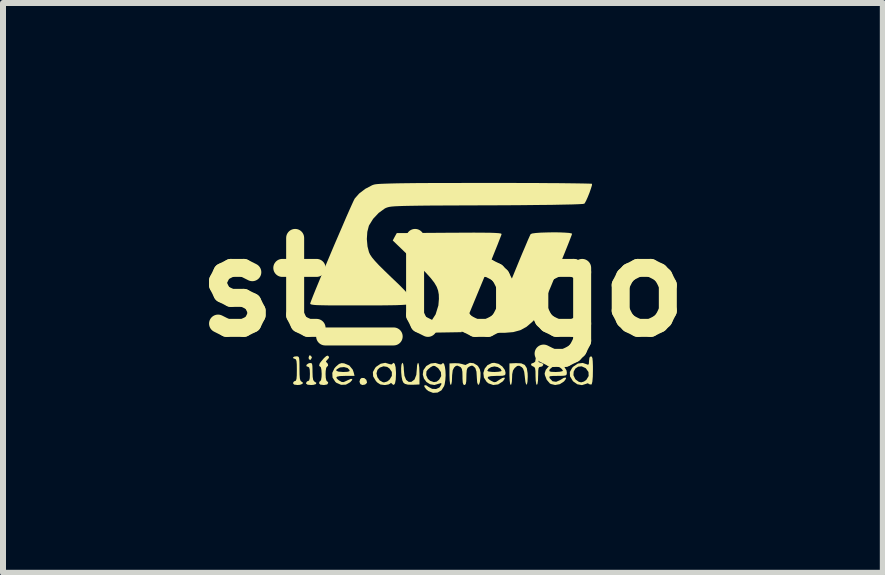
<source format=kicad_pcb>
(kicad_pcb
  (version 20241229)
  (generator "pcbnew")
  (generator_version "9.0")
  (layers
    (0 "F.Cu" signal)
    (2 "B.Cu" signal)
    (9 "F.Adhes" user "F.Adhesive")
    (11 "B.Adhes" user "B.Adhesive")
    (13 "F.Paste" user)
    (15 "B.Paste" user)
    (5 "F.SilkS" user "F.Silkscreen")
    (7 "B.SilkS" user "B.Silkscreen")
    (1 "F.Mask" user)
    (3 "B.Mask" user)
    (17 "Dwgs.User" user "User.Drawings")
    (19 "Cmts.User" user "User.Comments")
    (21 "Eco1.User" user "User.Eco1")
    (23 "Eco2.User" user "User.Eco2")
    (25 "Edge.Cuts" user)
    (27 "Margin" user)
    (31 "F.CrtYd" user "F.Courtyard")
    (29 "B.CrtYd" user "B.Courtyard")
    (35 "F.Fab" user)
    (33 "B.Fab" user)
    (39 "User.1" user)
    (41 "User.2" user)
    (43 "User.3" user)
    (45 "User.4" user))
  (footprint "st_logo"
    (layer "F.Cu")
    (at 4.336 1.739)
    (property "Reference" "st_logo" (at 0 0 0) (layer "F.SilkS") (effects (font (size 1.5 1.5) (thickness 0.3))))
    (attr board_only exclude_from_pos_files exclude_from_bom)
    (fp_poly (pts (xy -2.187 1.163) (xy -2.186 1.174) (xy -2.203 1.207) (xy -2.213 1.212) (xy -2.235 1.202) (xy -2.24 1.174) (xy -2.23 1.14) (xy -2.213 1.136)) (stroke (width 0) (type solid)) (fill yes) (layer "F.SilkS"))
    (fp_poly (pts (xy -1.312 1.515) (xy -1.277 1.545) (xy -1.266 1.586) (xy -1.269 1.597) (xy -1.298 1.624) (xy -1.344 1.631) (xy -1.377 1.616) (xy -1.392 1.576) (xy -1.379 1.532) (xy -1.355 1.513)) (stroke (width 0) (type solid)) (fill yes) (layer "F.SilkS"))
    (fp_poly (pts (xy -2.183 1.277) (xy -2.177 1.313) (xy -2.175 1.38) (xy -2.175 1.41) (xy -2.172 1.496) (xy -2.163 1.547) (xy -2.147 1.571) (xy -2.142 1.574) (xy -2.111 1.595) (xy -2.117 1.615) (xy -2.157 1.628) (xy -2.196 1.631) (xy -2.257 1.626) (xy -2.282 1.608) (xy -2.283 1.598) (xy -2.266 1.57) (xy -2.251 1.566) (xy -2.231 1.555) (xy -2.221 1.517) (xy -2.218 1.446) (xy -2.221 1.375) (xy -2.231 1.338) (xy -2.25 1.327) (xy -2.253 1.327) (xy -2.278 1.316) (xy -2.274 1.294) (xy -2.247 1.273) (xy -2.222 1.265) (xy -2.197 1.265)) (stroke (width 0) (type solid)) (fill yes) (layer "F.SilkS"))
    (fp_poly (pts (xy -0.403 1.282) (xy -0.395 1.338) (xy -0.392 1.421) (xy -0.391 1.441) (xy -0.391 1.622) (xy -0.508 1.627) (xy -0.585 1.625) (xy -0.634 1.612) (xy -0.66 1.591) (xy -0.677 1.554) (xy -0.689 1.493) (xy -0.696 1.421) (xy -0.697 1.351) (xy -0.692 1.294) (xy -0.68 1.263) (xy -0.674 1.261) (xy -0.662 1.281) (xy -0.654 1.332) (xy -0.652 1.378) (xy -0.642 1.477) (xy -0.614 1.545) (xy -0.571 1.579) (xy -0.525 1.578) (xy -0.474 1.539) (xy -0.444 1.462) (xy -0.435 1.358) (xy -0.431 1.3) (xy -0.419 1.265) (xy -0.413 1.261)) (stroke (width 0) (type solid)) (fill yes) (layer "F.SilkS"))
    (fp_poly (pts (xy 1.306 1.27) (xy 1.364 1.296) (xy 1.398 1.349) (xy 1.412 1.434) (xy 1.414 1.49) (xy 1.41 1.576) (xy 1.401 1.62) (xy 1.388 1.623) (xy 1.376 1.584) (xy 1.366 1.502) (xy 1.366 1.498) (xy 1.355 1.41) (xy 1.336 1.357) (xy 1.315 1.334) (xy 1.271 1.309) (xy 1.236 1.314) (xy 1.196 1.348) (xy 1.168 1.39) (xy 1.155 1.451) (xy 1.153 1.511) (xy 1.149 1.577) (xy 1.14 1.62) (xy 1.131 1.631) (xy 1.12 1.611) (xy 1.113 1.555) (xy 1.109 1.471) (xy 1.109 1.451) (xy 1.109 1.271) (xy 1.218 1.266)) (stroke (width 0) (type solid)) (fill yes) (layer "F.SilkS"))
    (fp_poly (pts (xy -2.421 1.154) (xy -2.405 1.164) (xy -2.397 1.19) (xy -2.393 1.241) (xy -2.392 1.326) (xy -2.392 1.357) (xy -2.391 1.456) (xy -2.386 1.52) (xy -2.376 1.557) (xy -2.361 1.573) (xy -2.358 1.574) (xy -2.333 1.594) (xy -2.345 1.613) (xy -2.385 1.628) (xy -2.426 1.631) (xy -2.482 1.624) (xy -2.501 1.6) (xy -2.501 1.598) (xy -2.483 1.57) (xy -2.468 1.566) (xy -2.452 1.558) (xy -2.442 1.529) (xy -2.437 1.472) (xy -2.436 1.381) (xy -2.437 1.288) (xy -2.442 1.232) (xy -2.452 1.204) (xy -2.468 1.196) (xy -2.497 1.184) (xy -2.501 1.174) (xy -2.482 1.158) (xy -2.446 1.153)) (stroke (width 0) (type solid)) (fill yes) (layer "F.SilkS"))
    (fp_poly (pts (xy 1.582 1.171) (xy 1.587 1.207) (xy 1.598 1.25) (xy 1.631 1.261) (xy 1.666 1.275) (xy 1.674 1.294) (xy 1.656 1.32) (xy 1.631 1.327) (xy 1.608 1.331) (xy 1.595 1.349) (xy 1.589 1.391) (xy 1.588 1.467) (xy 1.587 1.479) (xy 1.585 1.557) (xy 1.577 1.611) (xy 1.566 1.631) (xy 1.566 1.631) (xy 1.555 1.611) (xy 1.547 1.557) (xy 1.544 1.481) (xy 1.543 1.401) (xy 1.537 1.355) (xy 1.523 1.331) (xy 1.499 1.32) (xy 1.498 1.32) (xy 1.469 1.299) (xy 1.474 1.275) (xy 1.509 1.261) (xy 1.513 1.261) (xy 1.538 1.242) (xy 1.544 1.207) (xy 1.551 1.166) (xy 1.566 1.153)) (stroke (width 0) (type solid)) (fill yes) (layer "F.SilkS"))
    (fp_poly (pts (xy -1.907 1.15) (xy -1.899 1.177) (xy -1.926 1.208) (xy -1.952 1.237) (xy -1.941 1.254) (xy -1.919 1.278) (xy -1.915 1.309) (xy -1.933 1.326) (xy -1.935 1.327) (xy -1.947 1.346) (xy -1.955 1.397) (xy -1.957 1.446) (xy -1.954 1.512) (xy -1.944 1.555) (xy -1.935 1.566) (xy -1.916 1.583) (xy -1.914 1.598) (xy -1.93 1.622) (xy -1.983 1.631) (xy -1.99 1.631) (xy -2.046 1.624) (xy -2.066 1.601) (xy -2.066 1.598) (xy -2.054 1.569) (xy -2.044 1.566) (xy -2.032 1.546) (xy -2.024 1.495) (xy -2.022 1.446) (xy -2.026 1.381) (xy -2.035 1.337) (xy -2.044 1.327) (xy -2.064 1.312) (xy -2.057 1.276) (xy -2.039 1.248) (xy -1.984 1.183) (xy -1.947 1.15) (xy -1.923 1.141)) (stroke (width 0) (type solid)) (fill yes) (layer "F.SilkS"))
    (fp_poly (pts (xy 0.666 -0.909) (xy 0.782 -0.908) (xy 0.867 -0.905) (xy 0.926 -0.901) (xy 0.962 -0.896) (xy 0.977 -0.889) (xy 0.978 -0.886) (xy 0.97 -0.861) (xy 0.946 -0.8) (xy 0.91 -0.707) (xy 0.862 -0.588) (xy 0.805 -0.446) (xy 0.739 -0.287) (xy 0.668 -0.114) (xy 0.643 -0.054) (xy 0.31 0.75) (xy -0.056 0.756) (xy -0.421 0.762) (xy -0.332 0.698) (xy -0.207 0.584) (xy -0.122 0.453) (xy -0.076 0.304) (xy -0.067 0.196) (xy -0.069 0.122) (xy -0.081 0.056) (xy -0.104 -0.007) (xy -0.143 -0.074) (xy -0.202 -0.15) (xy -0.282 -0.239) (xy -0.39 -0.347) (xy -0.495 -0.45) (xy -0.837 -0.779) (xy -0.804 -0.841) (xy -0.77 -0.902) (xy 0.104 -0.908) (xy 0.33 -0.909) (xy 0.517 -0.91)) (stroke (width 0) (type solid)) (fill yes) (layer "F.SilkS"))
    (fp_poly (pts (xy -1.647 1.27) (xy -1.561 1.306) (xy -1.505 1.374) (xy -1.489 1.419) (xy -1.474 1.479) (xy -1.629 1.479) (xy -1.719 1.482) (xy -1.768 1.493) (xy -1.778 1.512) (xy -1.75 1.542) (xy -1.727 1.558) (xy -1.687 1.581) (xy -1.654 1.582) (xy -1.608 1.561) (xy -1.596 1.555) (xy -1.539 1.53) (xy -1.511 1.53) (xy -1.517 1.552) (xy -1.547 1.585) (xy -1.618 1.625) (xy -1.698 1.628) (xy -1.774 1.596) (xy -1.795 1.578) (xy -1.841 1.506) (xy -1.845 1.429) (xy -1.829 1.394) (xy -1.778 1.394) (xy -1.74 1.408) (xy -1.664 1.414) (xy -1.596 1.411) (xy -1.562 1.403) (xy -1.556 1.387) (xy -1.558 1.381) (xy -1.591 1.347) (xy -1.649 1.332) (xy -1.713 1.338) (xy -1.73 1.345) (xy -1.775 1.373) (xy -1.778 1.394) (xy -1.829 1.394) (xy -1.808 1.351) (xy -1.782 1.322) (xy -1.733 1.28) (xy -1.69 1.266)) (stroke (width 0) (type solid)) (fill yes) (layer "F.SilkS"))
    (fp_poly (pts (xy -0.803 1.28) (xy -0.789 1.335) (xy -0.783 1.421) (xy -0.783 1.446) (xy -0.787 1.54) (xy -0.799 1.603) (xy -0.818 1.63) (xy -0.842 1.619) (xy -0.848 1.61) (xy -0.868 1.595) (xy -0.879 1.607) (xy -0.909 1.622) (xy -0.963 1.631) (xy -0.978 1.631) (xy -1.044 1.622) (xy -1.095 1.589) (xy -1.118 1.564) (xy -1.164 1.487) (xy -1.167 1.437) (xy -1.108 1.437) (xy -1.093 1.501) (xy -1.054 1.555) (xy -1 1.585) (xy -0.979 1.587) (xy -0.931 1.573) (xy -0.892 1.544) (xy -0.852 1.479) (xy -0.852 1.413) (xy -0.892 1.355) (xy -0.93 1.329) (xy -0.991 1.319) (xy -1.054 1.341) (xy -1.092 1.379) (xy -1.108 1.437) (xy -1.167 1.437) (xy -1.168 1.415) (xy -1.129 1.344) (xy -1.111 1.325) (xy -1.038 1.276) (xy -0.961 1.261) (xy -0.892 1.282) (xy -0.857 1.289) (xy -0.846 1.279) (xy -0.822 1.26)) (stroke (width 0) (type solid)) (fill yes) (layer "F.SilkS"))
    (fp_poly (pts (xy 0.927 1.278) (xy 0.99 1.322) (xy 1.033 1.381) (xy 1.044 1.427) (xy 1.041 1.454) (xy 1.027 1.469) (xy 0.992 1.477) (xy 0.927 1.479) (xy 0.89 1.479) (xy 0.8 1.483) (xy 0.752 1.495) (xy 0.746 1.516) (xy 0.78 1.547) (xy 0.811 1.565) (xy 0.852 1.584) (xy 0.885 1.58) (xy 0.93 1.551) (xy 0.935 1.547) (xy 0.991 1.514) (xy 1.025 1.506) (xy 1.032 1.523) (xy 1.007 1.56) (xy 0.995 1.573) (xy 0.921 1.621) (xy 0.838 1.631) (xy 0.76 1.604) (xy 0.728 1.578) (xy 0.683 1.507) (xy 0.674 1.431) (xy 0.685 1.394) (xy 0.739 1.394) (xy 0.759 1.405) (xy 0.81 1.412) (xy 0.859 1.414) (xy 0.924 1.41) (xy 0.968 1.402) (xy 0.979 1.394) (xy 0.96 1.36) (xy 0.914 1.332) (xy 0.859 1.321) (xy 0.803 1.333) (xy 0.758 1.361) (xy 0.739 1.394) (xy 0.685 1.394) (xy 0.696 1.358) (xy 0.744 1.299) (xy 0.815 1.265) (xy 0.855 1.261)) (stroke (width 0) (type solid)) (fill yes) (layer "F.SilkS"))
    (fp_poly (pts (xy 2.483 1.16) (xy 2.493 1.185) (xy 2.498 1.237) (xy 2.501 1.321) (xy 2.501 1.38) (xy 2.499 1.493) (xy 2.492 1.574) (xy 2.481 1.617) (xy 2.477 1.622) (xy 2.446 1.621) (xy 2.438 1.613) (xy 2.41 1.602) (xy 2.392 1.61) (xy 2.318 1.633) (xy 2.241 1.619) (xy 2.172 1.571) (xy 2.166 1.564) (xy 2.119 1.487) (xy 2.118 1.468) (xy 2.176 1.468) (xy 2.205 1.529) (xy 2.218 1.544) (xy 2.265 1.577) (xy 2.305 1.587) (xy 2.352 1.573) (xy 2.392 1.544) (xy 2.43 1.481) (xy 2.427 1.414) (xy 2.384 1.354) (xy 2.378 1.349) (xy 2.314 1.32) (xy 2.256 1.325) (xy 2.208 1.357) (xy 2.18 1.408) (xy 2.176 1.468) (xy 2.118 1.468) (xy 2.116 1.415) (xy 2.155 1.344) (xy 2.173 1.325) (xy 2.25 1.273) (xy 2.331 1.263) (xy 2.394 1.284) (xy 2.421 1.294) (xy 2.433 1.278) (xy 2.436 1.229) (xy 2.443 1.173) (xy 2.465 1.153) (xy 2.468 1.153)) (stroke (width 0) (type solid)) (fill yes) (layer "F.SilkS"))
    (fp_poly (pts (xy 1.962 1.279) (xy 2.022 1.325) (xy 2.06 1.387) (xy 2.066 1.423) (xy 2.064 1.452) (xy 2.051 1.469) (xy 2.019 1.476) (xy 1.957 1.479) (xy 1.913 1.479) (xy 1.834 1.48) (xy 1.79 1.484) (xy 1.774 1.494) (xy 1.778 1.512) (xy 1.782 1.521) (xy 1.828 1.569) (xy 1.888 1.578) (xy 1.957 1.547) (xy 1.961 1.545) (xy 2.015 1.512) (xy 2.048 1.506) (xy 2.053 1.525) (xy 2.025 1.564) (xy 2.017 1.573) (xy 1.949 1.617) (xy 1.871 1.631) (xy 1.799 1.614) (xy 1.781 1.603) (xy 1.73 1.543) (xy 1.7 1.466) (xy 1.696 1.435) (xy 1.708 1.399) (xy 1.775 1.399) (xy 1.798 1.41) (xy 1.852 1.413) (xy 1.882 1.414) (xy 1.947 1.41) (xy 1.99 1.401) (xy 2.001 1.392) (xy 1.984 1.366) (xy 1.949 1.337) (xy 1.889 1.318) (xy 1.828 1.329) (xy 1.783 1.365) (xy 1.776 1.379) (xy 1.775 1.399) (xy 1.708 1.399) (xy 1.715 1.378) (xy 1.762 1.322) (xy 1.825 1.279) (xy 1.889 1.261) (xy 1.891 1.261)) (stroke (width 0) (type solid)) (fill yes) (layer "F.SilkS"))
    (fp_poly (pts (xy 1.941 -0.914) (xy 2.033 -0.91) (xy 2.104 -0.905) (xy 2.146 -0.896) (xy 2.153 -0.89) (xy 2.145 -0.865) (xy 2.122 -0.805) (xy 2.087 -0.715) (xy 2.04 -0.598) (xy 1.985 -0.462) (xy 1.922 -0.309) (xy 1.877 -0.2) (xy 1.802 -0.017) (xy 1.74 0.13) (xy 1.69 0.246) (xy 1.65 0.337) (xy 1.616 0.406) (xy 1.587 0.458) (xy 1.56 0.499) (xy 1.533 0.533) (xy 1.504 0.564) (xy 1.49 0.578) (xy 1.392 0.662) (xy 1.29 0.717) (xy 1.172 0.749) (xy 1.027 0.761) (xy 0.987 0.761) (xy 0.903 0.759) (xy 0.837 0.754) (xy 0.801 0.747) (xy 0.797 0.745) (xy 0.803 0.723) (xy 0.824 0.666) (xy 0.858 0.579) (xy 0.902 0.468) (xy 0.954 0.337) (xy 1.012 0.193) (xy 1.074 0.039) (xy 1.139 -0.118) (xy 1.203 -0.274) (xy 1.264 -0.423) (xy 1.321 -0.56) (xy 1.372 -0.679) (xy 1.413 -0.777) (xy 1.444 -0.847) (xy 1.462 -0.884) (xy 1.464 -0.886) (xy 1.49 -0.896) (xy 1.55 -0.904) (xy 1.634 -0.91) (xy 1.733 -0.913) (xy 1.838 -0.915)) (stroke (width 0) (type solid)) (fill yes) (layer "F.SilkS"))
    (fp_poly (pts (xy 0.512 1.268) (xy 0.571 1.303) (xy 0.587 1.32) (xy 0.615 1.368) (xy 0.627 1.425) (xy 0.626 1.498) (xy 0.616 1.58) (xy 0.601 1.623) (xy 0.585 1.626) (xy 0.571 1.588) (xy 0.565 1.508) (xy 0.565 1.504) (xy 0.559 1.409) (xy 0.541 1.351) (xy 0.531 1.339) (xy 0.499 1.311) (xy 0.471 1.309) (xy 0.434 1.327) (xy 0.41 1.347) (xy 0.397 1.383) (xy 0.392 1.445) (xy 0.391 1.49) (xy 0.389 1.569) (xy 0.381 1.613) (xy 0.366 1.63) (xy 0.359 1.631) (xy 0.34 1.622) (xy 0.33 1.588) (xy 0.326 1.521) (xy 0.326 1.49) (xy 0.324 1.41) (xy 0.315 1.363) (xy 0.298 1.336) (xy 0.284 1.327) (xy 0.242 1.308) (xy 0.215 1.313) (xy 0.186 1.339) (xy 0.163 1.386) (xy 0.153 1.47) (xy 0.152 1.502) (xy 0.149 1.571) (xy 0.14 1.618) (xy 0.13 1.631) (xy 0.12 1.611) (xy 0.112 1.555) (xy 0.109 1.471) (xy 0.109 1.451) (xy 0.109 1.271) (xy 0.199 1.267) (xy 0.267 1.27) (xy 0.323 1.282) (xy 0.332 1.286) (xy 0.377 1.297) (xy 0.398 1.285) (xy 0.449 1.261)) (stroke (width 0) (type solid)) (fill yes) (layer "F.SilkS"))
    (fp_poly (pts (xy 0.02 1.282) (xy 0.033 1.328) (xy 0.042 1.393) (xy 0.045 1.468) (xy 0.04 1.546) (xy 0.029 1.618) (xy 0.019 1.65) (xy -0.024 1.719) (xy -0.089 1.757) (xy -0.166 1.762) (xy -0.242 1.732) (xy -0.278 1.703) (xy -0.31 1.659) (xy -0.308 1.634) (xy -0.279 1.636) (xy -0.239 1.664) (xy -0.18 1.695) (xy -0.115 1.698) (xy -0.061 1.674) (xy -0.051 1.662) (xy -0.025 1.617) (xy -0.029 1.598) (xy -0.063 1.608) (xy -0.064 1.608) (xy -0.142 1.631) (xy -0.214 1.619) (xy -0.275 1.58) (xy -0.317 1.523) (xy -0.333 1.467) (xy -0.279 1.467) (xy -0.252 1.527) (xy -0.213 1.561) (xy -0.151 1.583) (xy -0.105 1.575) (xy -0.064 1.543) (xy -0.029 1.482) (xy -0.034 1.416) (xy -0.076 1.354) (xy -0.091 1.342) (xy -0.134 1.314) (xy -0.165 1.312) (xy -0.207 1.335) (xy -0.207 1.335) (xy -0.251 1.372) (xy -0.275 1.404) (xy -0.279 1.467) (xy -0.333 1.467) (xy -0.336 1.455) (xy -0.326 1.384) (xy -0.281 1.319) (xy -0.275 1.313) (xy -0.203 1.272) (xy -0.125 1.263) (xy -0.066 1.282) (xy -0.03 1.289) (xy -0.019 1.279) (xy 0.002 1.263)) (stroke (width 0) (type solid)) (fill yes) (layer "F.SilkS"))
    (fp_poly (pts (xy 0.974 -1.739) (xy 1.235 -1.738) (xy 1.481 -1.738) (xy 1.707 -1.736) (xy 1.911 -1.735) (xy 2.089 -1.733) (xy 2.238 -1.731) (xy 2.356 -1.729) (xy 2.437 -1.727) (xy 2.48 -1.725) (xy 2.486 -1.723) (xy 2.484 -1.697) (xy 2.467 -1.642) (xy 2.443 -1.573) (xy 2.414 -1.501) (xy 2.386 -1.439) (xy 2.363 -1.399) (xy 2.358 -1.393) (xy 2.332 -1.388) (xy 2.263 -1.384) (xy 2.154 -1.38) (xy 2.004 -1.377) (xy 1.814 -1.373) (xy 1.588 -1.371) (xy 1.324 -1.368) (xy 1.024 -1.366) (xy 0.728 -1.365) (xy 0.425 -1.364) (xy 0.163 -1.363) (xy -0.062 -1.362) (xy -0.253 -1.361) (xy -0.412 -1.359) (xy -0.544 -1.357) (xy -0.65 -1.355) (xy -0.735 -1.352) (xy -0.801 -1.349) (xy -0.851 -1.345) (xy -0.888 -1.34) (xy -0.915 -1.334) (xy -0.937 -1.327) (xy -0.954 -1.32) (xy -0.97 -1.312) (xy -1.072 -1.238) (xy -1.165 -1.139) (xy -1.231 -1.032) (xy -1.235 -1.024) (xy -1.261 -0.924) (xy -1.269 -0.803) (xy -1.258 -0.68) (xy -1.233 -0.583) (xy -1.213 -0.541) (xy -1.181 -0.494) (xy -1.134 -0.438) (xy -1.067 -0.366) (xy -0.975 -0.275) (xy -0.858 -0.162) (xy -0.737 -0.047) (xy -0.647 0.044) (xy -0.583 0.114) (xy -0.543 0.168) (xy -0.524 0.208) (xy -0.523 0.24) (xy -0.538 0.268) (xy -0.548 0.278) (xy -0.567 0.286) (xy -0.612 0.291) (xy -0.684 0.296) (xy -0.787 0.3) (xy -0.924 0.302) (xy -1.097 0.304) (xy -1.31 0.304) (xy -1.399 0.304) (xy -1.61 0.304) (xy -1.782 0.304) (xy -1.918 0.303) (xy -2.023 0.301) (xy -2.1 0.299) (xy -2.153 0.295) (xy -2.187 0.29) (xy -2.206 0.284) (xy -2.213 0.276) (xy -2.212 0.266) (xy -2.212 0.266) (xy -2.197 0.225) (xy -2.168 0.15) (xy -2.126 0.046) (xy -2.074 -0.08) (xy -2.014 -0.225) (xy -1.948 -0.381) (xy -1.879 -0.545) (xy -1.809 -0.711) (xy -1.739 -0.873) (xy -1.673 -1.026) (xy -1.613 -1.166) (xy -1.56 -1.286) (xy -1.517 -1.382) (xy -1.487 -1.447) (xy -1.471 -1.478) (xy -1.397 -1.562) (xy -1.295 -1.64) (xy -1.181 -1.7) (xy -1.159 -1.708) (xy -1.137 -1.714) (xy -1.1 -1.719) (xy -1.046 -1.723) (xy -0.974 -1.726) (xy -0.879 -1.729) (xy -0.759 -1.732) (xy -0.613 -1.734) (xy -0.436 -1.736) (xy -0.228 -1.737) (xy 0.016 -1.738) (xy 0.298 -1.738) (xy 0.62 -1.739) (xy 0.7 -1.739)) (stroke (width 0) (type solid)) (fill yes) (layer "F.SilkS")))
  (gr_rect
    (start -3 -3)
    (end 11.671 6.501)
    (stroke (width 0.1) (type default))
    (fill no)
    (layer "Edge.Cuts")))
</source>
